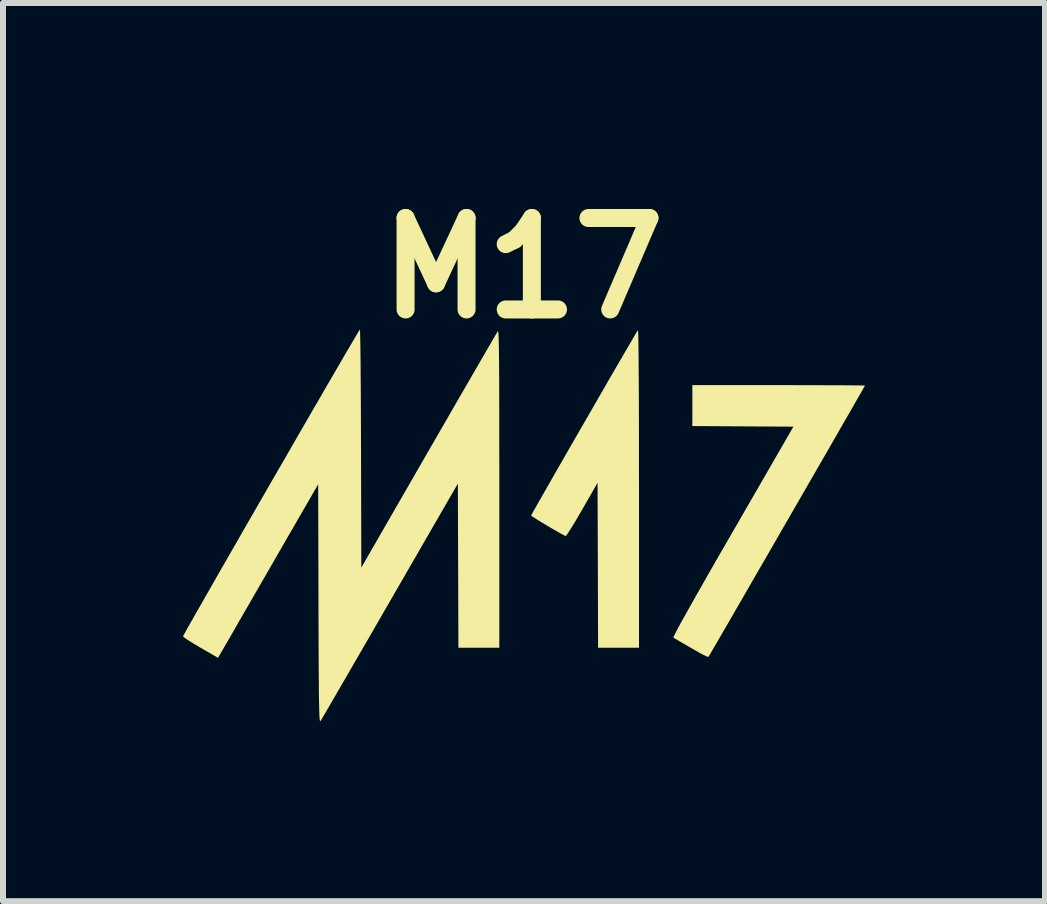
<source format=kicad_pcb>
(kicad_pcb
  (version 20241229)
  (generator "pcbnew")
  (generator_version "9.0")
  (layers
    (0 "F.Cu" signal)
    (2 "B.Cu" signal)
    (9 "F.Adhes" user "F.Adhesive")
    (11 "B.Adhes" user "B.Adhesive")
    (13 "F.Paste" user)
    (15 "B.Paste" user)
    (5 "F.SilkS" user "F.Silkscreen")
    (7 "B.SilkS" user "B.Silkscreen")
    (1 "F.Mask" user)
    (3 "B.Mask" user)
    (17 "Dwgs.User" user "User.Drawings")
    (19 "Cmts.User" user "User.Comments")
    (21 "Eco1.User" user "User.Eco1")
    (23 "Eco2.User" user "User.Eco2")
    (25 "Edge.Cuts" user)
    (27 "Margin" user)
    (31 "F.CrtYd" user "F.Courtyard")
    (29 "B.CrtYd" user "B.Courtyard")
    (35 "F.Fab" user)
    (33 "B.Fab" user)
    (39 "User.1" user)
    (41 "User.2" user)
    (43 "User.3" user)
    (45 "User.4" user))
  (footprint "M17"
    (layer "F.Cu")
    (at 5.669 5.718)
    (property "Reference" "M17" (at 0 -4.3 0) (layer "F.SilkS") (effects (font (size 1.524 1.524) (thickness 0.3))))
    (attr board_only exclude_from_pos_files exclude_from_bom)
    (fp_poly (pts (xy 1.916 -3.25) (xy 1.918 -3.197) (xy 1.92 -3.11) (xy 1.922 -2.988) (xy 1.924 -2.834) (xy 1.925 -2.649) (xy 1.927 -2.434) (xy 1.928 -2.191) (xy 1.929 -1.92) (xy 1.93 -1.625) (xy 1.93 -1.305) (xy 1.93 -0.962) (xy 1.931 -0.629) (xy 1.931 2.027) (xy 1.249 2.027) (xy 1.245 0.653) (xy 1.24 -0.721) (xy 0.984 -0.275) (xy 0.916 -0.158) (xy 0.854 -0.053) (xy 0.799 0.036) (xy 0.755 0.105) (xy 0.724 0.15) (xy 0.709 0.166) (xy 0.709 0.166) (xy 0.683 0.154) (xy 0.632 0.127) (xy 0.564 0.089) (xy 0.485 0.043) (xy 0.401 -0.006) (xy 0.318 -0.056) (xy 0.244 -0.101) (xy 0.184 -0.139) (xy 0.145 -0.165) (xy 0.133 -0.176) (xy 0.142 -0.194) (xy 0.168 -0.242) (xy 0.211 -0.317) (xy 0.267 -0.417) (xy 0.337 -0.538) (xy 0.417 -0.679) (xy 0.506 -0.835) (xy 0.604 -1.005) (xy 0.707 -1.185) (xy 0.815 -1.373) (xy 0.926 -1.566) (xy 1.039 -1.761) (xy 1.151 -1.956) (xy 1.261 -2.147) (xy 1.368 -2.332) (xy 1.47 -2.509) (xy 1.565 -2.673) (xy 1.653 -2.823) (xy 1.73 -2.956) (xy 1.796 -3.069) (xy 1.848 -3.159) (xy 1.887 -3.224) (xy 1.909 -3.26) (xy 1.913 -3.266)) (stroke (width 0) (type solid)) (fill yes) (layer "F.SilkS"))
    (fp_poly (pts (xy 4.488 -2.349) (xy 4.707 -2.348) (xy 4.911 -2.348) (xy 5.098 -2.347) (xy 5.264 -2.347) (xy 5.408 -2.346) (xy 5.527 -2.345) (xy 5.616 -2.344) (xy 5.674 -2.343) (xy 5.697 -2.342) (xy 5.697 -2.342) (xy 5.688 -2.325) (xy 5.661 -2.278) (xy 5.618 -2.202) (xy 5.559 -2.1) (xy 5.488 -1.975) (xy 5.403 -1.828) (xy 5.308 -1.663) (xy 5.203 -1.48) (xy 5.09 -1.283) (xy 4.969 -1.074) (xy 4.843 -0.855) (xy 4.712 -0.628) (xy 4.578 -0.396) (xy 4.443 -0.161) (xy 4.306 0.075) (xy 4.171 0.31) (xy 4.038 0.541) (xy 3.908 0.765) (xy 3.783 0.981) (xy 3.665 1.187) (xy 3.553 1.379) (xy 3.451 1.557) (xy 3.358 1.717) (xy 3.277 1.857) (xy 3.209 1.975) (xy 3.154 2.068) (xy 3.115 2.135) (xy 3.093 2.173) (xy 3.088 2.181) (xy 3.068 2.176) (xy 3.022 2.155) (xy 2.954 2.12) (xy 2.871 2.073) (xy 2.801 2.033) (xy 2.709 1.979) (xy 2.626 1.931) (xy 2.561 1.893) (xy 2.518 1.868) (xy 2.504 1.86) (xy 2.509 1.842) (xy 2.532 1.794) (xy 2.573 1.714) (xy 2.633 1.604) (xy 2.712 1.463) (xy 2.809 1.29) (xy 2.925 1.085) (xy 3.059 0.849) (xy 3.213 0.58) (xy 3.386 0.28) (xy 3.493 0.095) (xy 4.504 -1.657) (xy 3.662 -1.662) (xy 2.82 -1.667) (xy 2.82 -2.349) (xy 4.259 -2.349)) (stroke (width 0) (type solid)) (fill yes) (layer "F.SilkS"))
    (fp_poly (pts (xy -2.719 -3.258) (xy -2.717 -3.204) (xy -2.715 -3.117) (xy -2.713 -3) (xy -2.711 -2.855) (xy -2.709 -2.684) (xy -2.708 -2.49) (xy -2.706 -2.276) (xy -2.705 -2.044) (xy -2.704 -1.796) (xy -2.703 -1.535) (xy -2.702 -1.293) (xy -2.697 0.691) (xy -1.573 -1.26) (xy -1.428 -1.511) (xy -1.288 -1.753) (xy -1.155 -1.984) (xy -1.029 -2.203) (xy -0.911 -2.406) (xy -0.803 -2.593) (xy -0.706 -2.76) (xy -0.622 -2.906) (xy -0.55 -3.029) (xy -0.494 -3.127) (xy -0.453 -3.197) (xy -0.429 -3.238) (xy -0.423 -3.248) (xy -0.419 -3.248) (xy -0.416 -3.237) (xy -0.413 -3.213) (xy -0.41 -3.174) (xy -0.408 -3.119) (xy -0.406 -3.046) (xy -0.404 -2.953) (xy -0.403 -2.838) (xy -0.401 -2.7) (xy -0.4 -2.538) (xy -0.399 -2.349) (xy -0.399 -2.132) (xy -0.398 -1.885) (xy -0.398 -1.607) (xy -0.398 -1.295) (xy -0.397 -0.949) (xy -0.397 -0.629) (xy -0.397 2.027) (xy -1.079 2.027) (xy -1.088 -0.708) (xy -2.22 1.253) (xy -2.365 1.504) (xy -2.505 1.747) (xy -2.639 1.979) (xy -2.766 2.198) (xy -2.884 2.402) (xy -2.992 2.589) (xy -3.09 2.757) (xy -3.175 2.904) (xy -3.247 3.028) (xy -3.305 3.127) (xy -3.347 3.198) (xy -3.372 3.24) (xy -3.378 3.25) (xy -3.383 3.252) (xy -3.387 3.246) (xy -3.39 3.228) (xy -3.393 3.197) (xy -3.396 3.151) (xy -3.398 3.088) (xy -3.4 3.006) (xy -3.402 2.902) (xy -3.404 2.776) (xy -3.405 2.625) (xy -3.407 2.446) (xy -3.408 2.239) (xy -3.409 2) (xy -3.41 1.728) (xy -3.411 1.421) (xy -3.411 1.295) (xy -3.416 -0.697) (xy -4.117 0.517) (xy -4.234 0.721) (xy -4.349 0.92) (xy -4.46 1.112) (xy -4.564 1.293) (xy -4.661 1.46) (xy -4.747 1.61) (xy -4.821 1.739) (xy -4.882 1.845) (xy -4.927 1.923) (xy -4.951 1.963) (xy -5.085 2.196) (xy -5.377 2.027) (xy -5.471 1.972) (xy -5.552 1.922) (xy -5.616 1.88) (xy -5.656 1.851) (xy -5.669 1.838) (xy -5.659 1.819) (xy -5.632 1.77) (xy -5.589 1.692) (xy -5.53 1.588) (xy -5.458 1.46) (xy -5.372 1.31) (xy -5.275 1.14) (xy -5.168 0.953) (xy -5.052 0.75) (xy -4.928 0.534) (xy -4.797 0.307) (xy -4.662 0.07) (xy -4.522 -0.173) (xy -4.379 -0.421) (xy -4.235 -0.671) (xy -4.09 -0.922) (xy -3.946 -1.171) (xy -3.805 -1.416) (xy -3.667 -1.656) (xy -3.533 -1.887) (xy -3.405 -2.107) (xy -3.285 -2.315) (xy -3.172 -2.509) (xy -3.069 -2.686) (xy -2.978 -2.843) (xy -2.898 -2.98) (xy -2.831 -3.093) (xy -2.779 -3.181) (xy -2.743 -3.242) (xy -2.724 -3.272) (xy -2.721 -3.276)) (stroke (width 0) (type solid)) (fill yes) (layer "F.SilkS")))
  (gr_rect
    (start -3 -3)
    (end 14.366 11.97)
    (stroke (width 0.1) (type default))
    (fill no)
    (layer "Edge.Cuts")))
</source>
